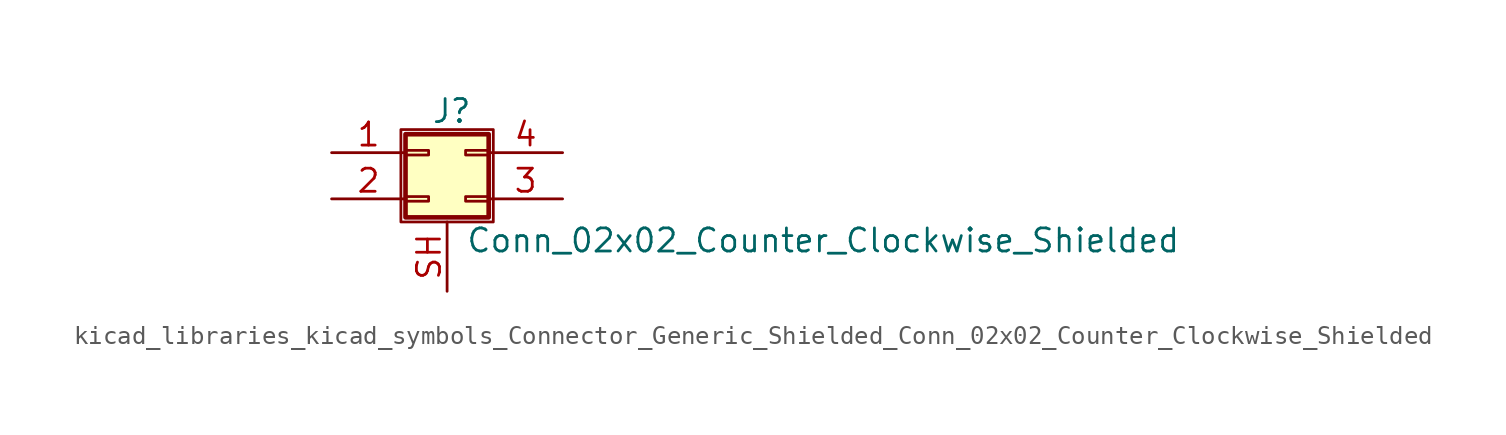
<source format=kicad_sym>
(kicad_symbol_lib
  (version 20220914)
  (generator kicad_symbol_editor)
  (symbol "kicad_libraries_kicad_symbols_Connector_Generic_Shielded_Conn_02x02_Counter_Clockwise_Shielded"
    (pin_names
      (offset 1.016) hide)
    (property "Reference" "J"
      (at 1.524 2.286 0)
      (effects (font (size 1.27 1.27))))
    (property "Value" "Conn_02x02_Counter_Clockwise_Shielded"
      (at 2.286 -4.826 0)
      (effects (font (size 1.27 1.27)) (justify left)))
    (symbol "kicad_libraries_kicad_symbols_Connector_Generic_Shielded_Conn_02x02_Counter_Clockwise_Shielded_1_1"
      (rectangle (start -1.27 1.27) (end 3.81 -3.81) (stroke (width 0.152) (type default)) (fill (type none)))
      (rectangle (start -1.016 -2.413) (end 0.254 -2.667) (stroke (width 0.152) (type default)) (fill (type none)))
      (rectangle (start -1.016 0.127) (end 0.254 -0.127) (stroke (width 0.152) (type default)) (fill (type none)))
      (rectangle (start -1.016 1.016) (end 3.556 -3.556) (stroke (width 0.254) (type default)) (fill (type background)))
      (rectangle (start 3.556 -2.413) (end 2.286 -2.667) (stroke (width 0.152) (type default)) (fill (type none)))
      (rectangle (start 3.556 0.127) (end 2.286 -0.127) (stroke (width 0.152) (type default)) (fill (type none)))
      (pin passive line (at -5.08 0 0) (length 4.064) (name "Pin_1" (effects (font (size 1.27 1.27)))) (number "1" (effects (font (size 1.27 1.27)))))
      (pin passive line (at -5.08 -2.54 0) (length 4.064) (name "Pin_2" (effects (font (size 1.27 1.27)))) (number "2" (effects (font (size 1.27 1.27)))))
      (pin passive line (at 7.62 -2.54 180) (length 4.064) (name "Pin_3" (effects (font (size 1.27 1.27)))) (number "3" (effects (font (size 1.27 1.27)))))
      (pin passive line (at 7.62 0 180) (length 4.064) (name "Pin_4" (effects (font (size 1.27 1.27)))) (number "4" (effects (font (size 1.27 1.27)))))
      (pin passive line (at 1.27 -7.62 90) (length 3.81) (name "Shield" (effects (font (size 1.27 1.27)))) (number "SH" (effects (font (size 1.27 1.27))))))))
</source>
